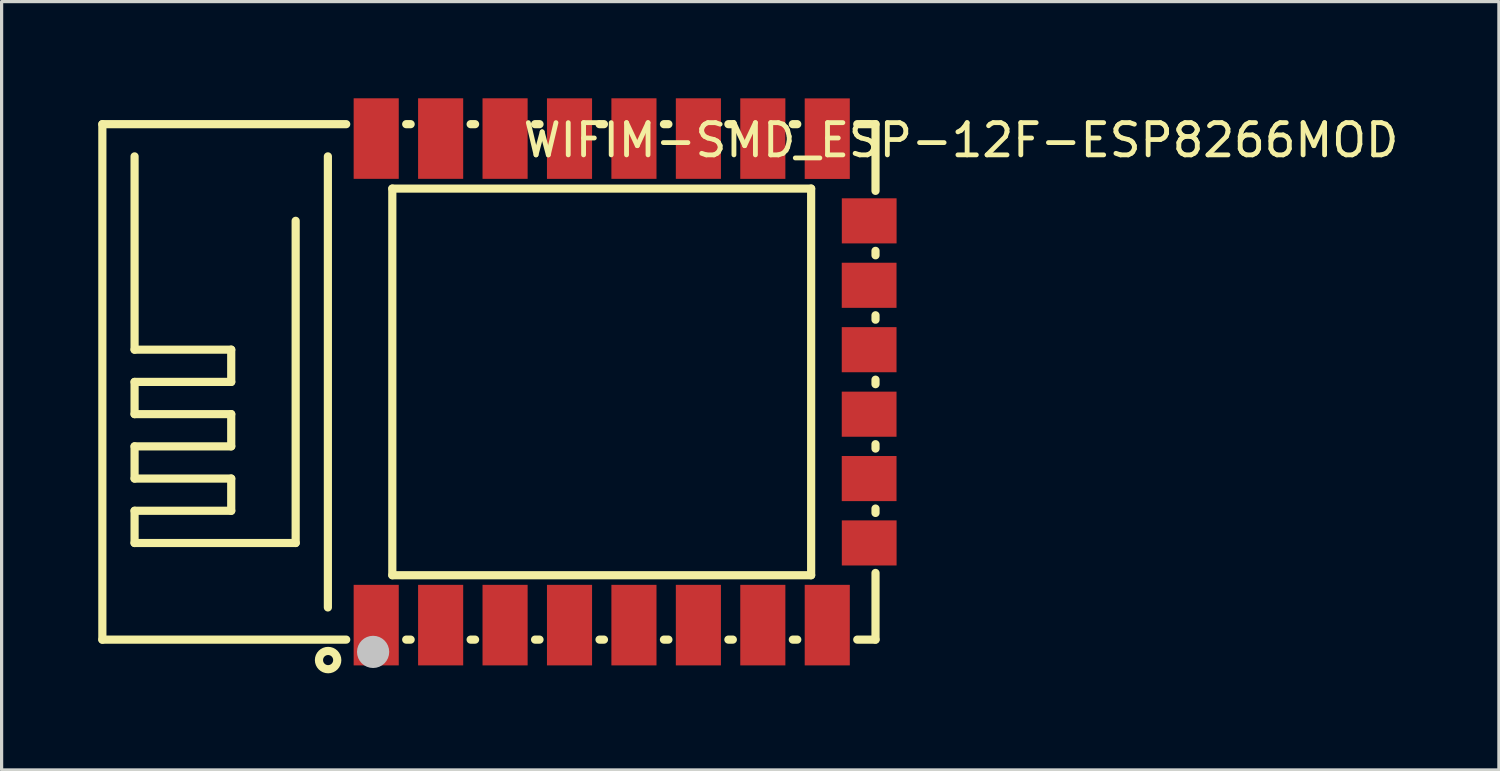
<source format=kicad_pcb>
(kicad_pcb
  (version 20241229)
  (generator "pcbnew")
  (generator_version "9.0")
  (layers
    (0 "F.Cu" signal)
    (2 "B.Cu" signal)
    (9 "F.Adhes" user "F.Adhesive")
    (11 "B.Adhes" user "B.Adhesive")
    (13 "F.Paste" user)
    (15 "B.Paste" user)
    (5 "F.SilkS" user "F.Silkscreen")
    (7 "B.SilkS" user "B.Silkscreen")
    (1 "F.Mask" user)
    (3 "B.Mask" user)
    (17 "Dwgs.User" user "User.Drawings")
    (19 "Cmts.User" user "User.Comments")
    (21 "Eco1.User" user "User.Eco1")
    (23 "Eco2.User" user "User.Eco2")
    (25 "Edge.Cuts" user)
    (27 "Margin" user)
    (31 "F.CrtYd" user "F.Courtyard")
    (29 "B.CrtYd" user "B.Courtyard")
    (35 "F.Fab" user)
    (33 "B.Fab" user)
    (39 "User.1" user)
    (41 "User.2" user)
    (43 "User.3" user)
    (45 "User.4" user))
  (footprint "WIFIM-SMD_ESP-12F-ESP8266MOD"
    (layer "F.Cu")
    (at 16.278 8.802)
    (property "Reference" "WIFIM-SMD_ESP-12F-ESP8266MOD" (at 10.5 -7.5 0) (layer "F.SilkS") (effects (font (size 1 1) (thickness 0.15))))
    (fp_line (start -16.151 -7.998) (end -8.582 -7.998) (stroke (width 0.254) (type default)) (layer "F.SilkS"))
    (fp_line (start -16.151 8.002) (end -16.151 -7.998) (stroke (width 0.254) (type default)) (layer "F.SilkS"))
    (fp_line (start -15.151 -0.999) (end -15.151 -6.998) (stroke (width 0.254) (type default)) (layer "F.SilkS"))
    (fp_line (start -15.151 0.002) (end -12.151 0.002) (stroke (width 0.254) (type default)) (layer "F.SilkS"))
    (fp_line (start -15.151 1.002) (end -15.151 0.002) (stroke (width 0.254) (type default)) (layer "F.SilkS"))
    (fp_line (start -15.151 2.002) (end -12.151 2.002) (stroke (width 0.254) (type default)) (layer "F.SilkS"))
    (fp_line (start -15.151 3.002) (end -15.151 2.002) (stroke (width 0.254) (type default)) (layer "F.SilkS"))
    (fp_line (start -15.151 4.002) (end -12.151 4.002) (stroke (width 0.254) (type default)) (layer "F.SilkS"))
    (fp_line (start -15.151 5.002) (end -15.151 4.002) (stroke (width 0.254) (type default)) (layer "F.SilkS"))
    (fp_line (start -12.151 -0.999) (end -15.151 -0.999) (stroke (width 0.254) (type default)) (layer "F.SilkS"))
    (fp_line (start -12.151 0.002) (end -12.151 -0.999) (stroke (width 0.254) (type default)) (layer "F.SilkS"))
    (fp_line (start -12.151 1.002) (end -15.151 1.002) (stroke (width 0.254) (type default)) (layer "F.SilkS"))
    (fp_line (start -12.151 2.002) (end -12.151 1.002) (stroke (width 0.254) (type default)) (layer "F.SilkS"))
    (fp_line (start -12.151 3.002) (end -15.151 3.002) (stroke (width 0.254) (type default)) (layer "F.SilkS"))
    (fp_line (start -12.151 4.002) (end -12.151 3.002) (stroke (width 0.254) (type default)) (layer "F.SilkS"))
    (fp_line (start -10.151 -4.998) (end -10.151 5.002) (stroke (width 0.254) (type default)) (layer "F.SilkS"))
    (fp_line (start -10.151 5.002) (end -15.151 5.002) (stroke (width 0.254) (type default)) (layer "F.SilkS"))
    (fp_line (start -9.151 7.002) (end -9.151 -6.998) (stroke (width 0.254) (type default)) (layer "F.SilkS"))
    (fp_line (start -8.582 8.001) (end -16.151 8.001) (stroke (width 0.254) (type default)) (layer "F.SilkS"))
    (fp_line (start -7.151 -5.998) (end -7.151 6.002) (stroke (width 0.254) (type default)) (layer "F.SilkS"))
    (fp_line (start -7.151 6.002) (end 5.849 6.002) (stroke (width 0.254) (type default)) (layer "F.SilkS"))
    (fp_line (start -6.72 -7.998) (end -6.582 -7.998) (stroke (width 0.254) (type default)) (layer "F.SilkS"))
    (fp_line (start -6.582 8.001) (end -6.72 8.001) (stroke (width 0.254) (type default)) (layer "F.SilkS"))
    (fp_line (start -4.72 -7.998) (end -4.582 -7.998) (stroke (width 0.254) (type default)) (layer "F.SilkS"))
    (fp_line (start -4.582 8.001) (end -4.72 8.001) (stroke (width 0.254) (type default)) (layer "F.SilkS"))
    (fp_line (start -2.72 -7.998) (end -2.582 -7.998) (stroke (width 0.254) (type default)) (layer "F.SilkS"))
    (fp_line (start -2.582 8.001) (end -2.72 8.001) (stroke (width 0.254) (type default)) (layer "F.SilkS"))
    (fp_line (start -0.72 -7.998) (end -0.582 -7.998) (stroke (width 0.254) (type default)) (layer "F.SilkS"))
    (fp_line (start -0.582 8.001) (end -0.72 8.001) (stroke (width 0.254) (type default)) (layer "F.SilkS"))
    (fp_line (start 1.28 -7.998) (end 1.418 -7.998) (stroke (width 0.254) (type default)) (layer "F.SilkS"))
    (fp_line (start 1.418 8.001) (end 1.28 8.001) (stroke (width 0.254) (type default)) (layer "F.SilkS"))
    (fp_line (start 3.28 -7.998) (end 3.418 -7.998) (stroke (width 0.254) (type default)) (layer "F.SilkS"))
    (fp_line (start 3.418 8.001) (end 3.28 8.001) (stroke (width 0.254) (type default)) (layer "F.SilkS"))
    (fp_line (start 5.28 -7.998) (end 5.418 -7.998) (stroke (width 0.254) (type default)) (layer "F.SilkS"))
    (fp_line (start 5.418 8.001) (end 5.28 8.001) (stroke (width 0.254) (type default)) (layer "F.SilkS"))
    (fp_line (start 5.849 -5.998) (end -7.151 -5.998) (stroke (width 0.254) (type default)) (layer "F.SilkS"))
    (fp_line (start 5.849 6.002) (end 5.849 -5.998) (stroke (width 0.254) (type default)) (layer "F.SilkS"))
    (fp_line (start 7.28 -7.998) (end 7.847 -7.998) (stroke (width 0.254) (type default)) (layer "F.SilkS"))
    (fp_line (start 7.847 -7.998) (end 7.847 -5.928) (stroke (width 0.254) (type default)) (layer "F.SilkS"))
    (fp_line (start 7.847 -4.066) (end 7.847 -3.928) (stroke (width 0.254) (type default)) (layer "F.SilkS"))
    (fp_line (start 7.847 -2.066) (end 7.847 -1.929) (stroke (width 0.254) (type default)) (layer "F.SilkS"))
    (fp_line (start 7.847 -0.067) (end 7.847 0.072) (stroke (width 0.254) (type default)) (layer "F.SilkS"))
    (fp_line (start 7.847 1.935) (end 7.847 2.071) (stroke (width 0.254) (type default)) (layer "F.SilkS"))
    (fp_line (start 7.847 3.933) (end 7.847 4.069) (stroke (width 0.254) (type default)) (layer "F.SilkS"))
    (fp_line (start 7.847 5.931) (end 7.847 8.001) (stroke (width 0.254) (type default)) (layer "F.SilkS"))
    (fp_line (start 7.847 8.001) (end 7.28 8.001) (stroke (width 0.254) (type default)) (layer "F.SilkS"))
    (fp_circle (center -9.144 8.636) (end -8.86 8.636) (stroke (width 0.254) (type default)) (fill no) (layer "F.SilkS"))
    (fp_circle (center -7.747 8.382) (end -7.497 8.382) (stroke (width 0.5) (type default)) (fill no) (layer "Dwgs.User"))
    (fp_poly (pts (xy -8.15 -6.35) (xy -8.15 -8) (xy -7.151 -8) (xy -7.151 -6.35)) (stroke (width 0.1) (type default)) (fill no) (layer "User.1"))
    (fp_poly (pts (xy -7.151 6.35) (xy -7.151 8) (xy -8.15 8) (xy -8.15 6.35)) (stroke (width 0.1) (type default)) (fill no) (layer "User.1"))
    (fp_poly (pts (xy -6.151 -6.35) (xy -6.151 -8) (xy -5.151 -8) (xy -5.151 -6.35)) (stroke (width 0.1) (type default)) (fill no) (layer "User.1"))
    (fp_poly (pts (xy -5.151 6.35) (xy -5.151 8) (xy -6.151 8) (xy -6.151 6.35)) (stroke (width 0.1) (type default)) (fill no) (layer "User.1"))
    (fp_poly (pts (xy -4.151 -6.35) (xy -4.151 -8) (xy -3.151 -8) (xy -3.151 -6.35)) (stroke (width 0.1) (type default)) (fill no) (layer "User.1"))
    (fp_poly (pts (xy -3.151 6.35) (xy -3.151 8) (xy -4.151 8) (xy -4.151 6.35)) (stroke (width 0.1) (type default)) (fill no) (layer "User.1"))
    (fp_poly (pts (xy -2.151 -6.35) (xy -2.151 -8) (xy -1.151 -8) (xy -1.151 -6.35)) (stroke (width 0.1) (type default)) (fill no) (layer "User.1"))
    (fp_poly (pts (xy -1.151 6.35) (xy -1.151 8) (xy -2.151 8) (xy -2.151 6.35)) (stroke (width 0.1) (type default)) (fill no) (layer "User.1"))
    (fp_poly (pts (xy -0.15 -6.35) (xy -0.15 -8) (xy 0.85 -8) (xy 0.85 -6.35)) (stroke (width 0.1) (type default)) (fill no) (layer "User.1"))
    (fp_poly (pts (xy 0.85 6.35) (xy 0.85 8) (xy -0.15 8) (xy -0.15 6.35)) (stroke (width 0.1) (type default)) (fill no) (layer "User.1"))
    (fp_poly (pts (xy 1.849 -6.35) (xy 1.849 -8) (xy 2.849 -8) (xy 2.849 -6.35)) (stroke (width 0.1) (type default)) (fill no) (layer "User.1"))
    (fp_poly (pts (xy 2.849 6.35) (xy 2.849 8) (xy 1.849 8) (xy 1.849 6.35)) (stroke (width 0.1) (type default)) (fill no) (layer "User.1"))
    (fp_poly (pts (xy 3.849 -6.35) (xy 3.849 -8) (xy 4.849 -8) (xy 4.849 -6.35)) (stroke (width 0.1) (type default)) (fill no) (layer "User.1"))
    (fp_poly (pts (xy 4.849 6.35) (xy 4.849 8) (xy 3.849 8) (xy 3.849 6.35)) (stroke (width 0.1) (type default)) (fill no) (layer "User.1"))
    (fp_poly (pts (xy 5.849 -6.35) (xy 5.849 -8) (xy 6.849 -8) (xy 6.849 -6.35)) (stroke (width 0.1) (type default)) (fill no) (layer "User.1"))
    (fp_poly (pts (xy 6.849 6.35) (xy 6.849 8) (xy 5.849 8) (xy 5.849 6.35)) (stroke (width 0.1) (type default)) (fill no) (layer "User.1"))
    (fp_poly (pts (xy 7.849 -5.497) (xy 7.849 -4.497) (xy 6.949 -4.497) (xy 6.949 -5.497)) (stroke (width 0.1) (type default)) (fill no) (layer "User.1"))
    (fp_poly (pts (xy 7.849 -3.497) (xy 7.849 -2.497) (xy 6.949 -2.497) (xy 6.949 -3.497)) (stroke (width 0.1) (type default)) (fill no) (layer "User.1"))
    (fp_poly (pts (xy 7.849 -1.498) (xy 7.849 -0.497) (xy 6.949 -0.497) (xy 6.949 -1.498)) (stroke (width 0.1) (type default)) (fill no) (layer "User.1"))
    (fp_poly (pts (xy 7.849 0.503) (xy 7.849 1.503) (xy 6.949 1.503) (xy 6.949 0.503)) (stroke (width 0.1) (type default)) (fill no) (layer "User.1"))
    (fp_poly (pts (xy 7.849 2.502) (xy 7.849 3.502) (xy 6.949 3.502) (xy 6.949 2.502)) (stroke (width 0.1) (type default)) (fill no) (layer "User.1"))
    (fp_poly (pts (xy 7.849 4.5) (xy 7.849 5.5) (xy 6.949 5.5) (xy 6.949 4.5)) (stroke (width 0.1) (type default)) (fill no) (layer "User.1"))
    (fp_line (start -16.151 -7.997) (end 7.849 -7.997) (stroke (width 0.051) (type default)) (layer "User.2"))
    (fp_line (start -16.151 8.003) (end -16.151 -7.997) (stroke (width 0.051) (type default)) (layer "User.2"))
    (fp_line (start 7.849 -7.997) (end 7.849 8.003) (stroke (width 0.051) (type default)) (layer "User.2"))
    (fp_line (start 7.849 8.003) (end -16.151 8.003) (stroke (width 0.051) (type default)) (layer "User.2"))
    (fp_poly (pts (xy -16.09 8.003) (xy -16.108 7.961) (xy -16.151 7.943) (xy -16.193 7.961) (xy -16.21 8.003) (xy -16.193 8.045) (xy -16.151 8.063) (xy -16.108 8.045)) (stroke (width 0.1) (type default)) (fill no) (layer "User.3"))
    (pad "1" smd rect (at -7.651 7.551 90) (size 2.5 1.4) (layers "F.Cu" "F.Mask" "F.Paste"))
    (pad "2" smd rect (at -5.651 7.551 90) (size 2.5 1.4) (layers "F.Cu" "F.Mask" "F.Paste"))
    (pad "3" smd rect (at -3.651 7.551 90) (size 2.5 1.4) (layers "F.Cu" "F.Mask" "F.Paste"))
    (pad "4" smd rect (at -1.651 7.551 90) (size 2.5 1.4) (layers "F.Cu" "F.Mask" "F.Paste"))
    (pad "5" smd rect (at 0.349 7.551 90) (size 2.5 1.4) (layers "F.Cu" "F.Mask" "F.Paste"))
    (pad "6" smd rect (at 2.349 7.551 90) (size 2.5 1.4) (layers "F.Cu" "F.Mask" "F.Paste"))
    (pad "7" smd rect (at 4.349 7.551 90) (size 2.5 1.4) (layers "F.Cu" "F.Mask" "F.Paste"))
    (pad "8" smd rect (at 6.349 7.551 90) (size 2.5 1.4) (layers "F.Cu" "F.Mask" "F.Paste"))
    (pad "9" smd rect (at 6.349 -7.548 270) (size 2.5 1.4) (layers "F.Cu" "F.Mask" "F.Paste"))
    (pad "10" smd rect (at 4.349 -7.55 270) (size 2.5 1.4) (layers "F.Cu" "F.Mask" "F.Paste"))
    (pad "11" smd rect (at 2.349 -7.551 270) (size 2.5 1.4) (layers "F.Cu" "F.Mask" "F.Paste"))
    (pad "12" smd rect (at 0.349 -7.551 270) (size 2.5 1.4) (layers "F.Cu" "F.Mask" "F.Paste"))
    (pad "13" smd rect (at -1.651 -7.55 270) (size 2.5 1.4) (layers "F.Cu" "F.Mask" "F.Paste"))
    (pad "14" smd rect (at -3.651 -7.551 270) (size 2.5 1.4) (layers "F.Cu" "F.Mask" "F.Paste"))
    (pad "15" smd rect (at -5.651 -7.551 270) (size 2.5 1.4) (layers "F.Cu" "F.Mask" "F.Paste"))
    (pad "16" smd rect (at -7.651 -7.551 270) (size 2.5 1.4) (layers "F.Cu" "F.Mask" "F.Paste"))
    (pad "17" smd rect (at 7.651 5 180) (size 1.7 1.4) (layers "F.Cu" "F.Mask" "F.Paste"))
    (pad "18" smd rect (at 7.649 3.002 180) (size 1.7 1.4) (layers "F.Cu" "F.Mask" "F.Paste"))
    (pad "19" smd rect (at 7.649 1.004 180) (size 1.7 1.4) (layers "F.Cu" "F.Mask" "F.Paste"))
    (pad "20" smd rect (at 7.649 -0.998 180) (size 1.7 1.4) (layers "F.Cu" "F.Mask" "F.Paste"))
    (pad "21" smd rect (at 7.649 -2.997 180) (size 1.7 1.4) (layers "F.Cu" "F.Mask" "F.Paste"))
    (pad "22" smd rect (at 7.651 -4.997 180) (size 1.7 1.4) (layers "F.Cu" "F.Mask" "F.Paste")))
  (gr_rect
    (start -3 -3)
    (end 43.474 20.849)
    (stroke (width 0.1) (type default))
    (fill no)
    (layer "Edge.Cuts")))
</source>
